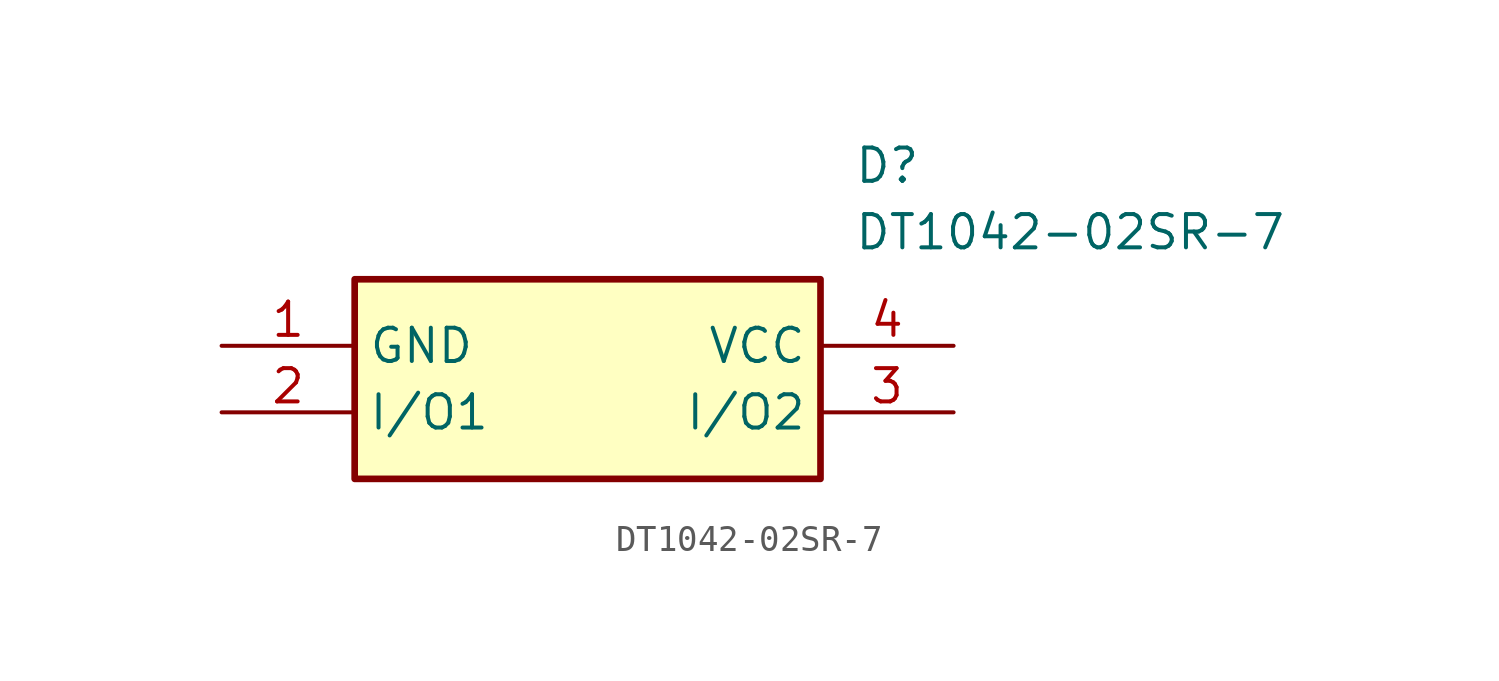
<source format=kicad_sym>
(kicad_symbol_lib
  (version 20211014)
  (generator SamacSys_ECAD_Model)
  (symbol "DT1042-02SR-7"
    (property "Reference" "D"
      (at 24.13 7.62 0)
      (effects (font (size 1.27 1.27)) (justify left top)))
    (property "Value" "DT1042-02SR-7"
      (at 24.13 5.08 0)
      (effects (font (size 1.27 1.27)) (justify left top)))
    (rectangle
      (start 5.08 2.54)
      (end 22.86 -5.08)
      (stroke (width 0.254) (type default))
      (fill (type background)))
    (pin passive line
      (at 0 0 0)
      (length 5.08)
      (name "GND" (effects (font (size 1.27 1.27))))
      (number "1" (effects (font (size 1.27 1.27)))))
    (pin passive line
      (at 0 -2.54 0)
      (length 5.08)
      (name "I/O1" (effects (font (size 1.27 1.27))))
      (number "2" (effects (font (size 1.27 1.27)))))
    (pin passive line
      (at 27.94 -2.54 180)
      (length 5.08)
      (name "I/O2" (effects (font (size 1.27 1.27))))
      (number "3" (effects (font (size 1.27 1.27)))))
    (pin passive line
      (at 27.94 0 180)
      (length 5.08)
      (name "VCC" (effects (font (size 1.27 1.27))))
      (number "4" (effects (font (size 1.27 1.27)))))))
</source>
